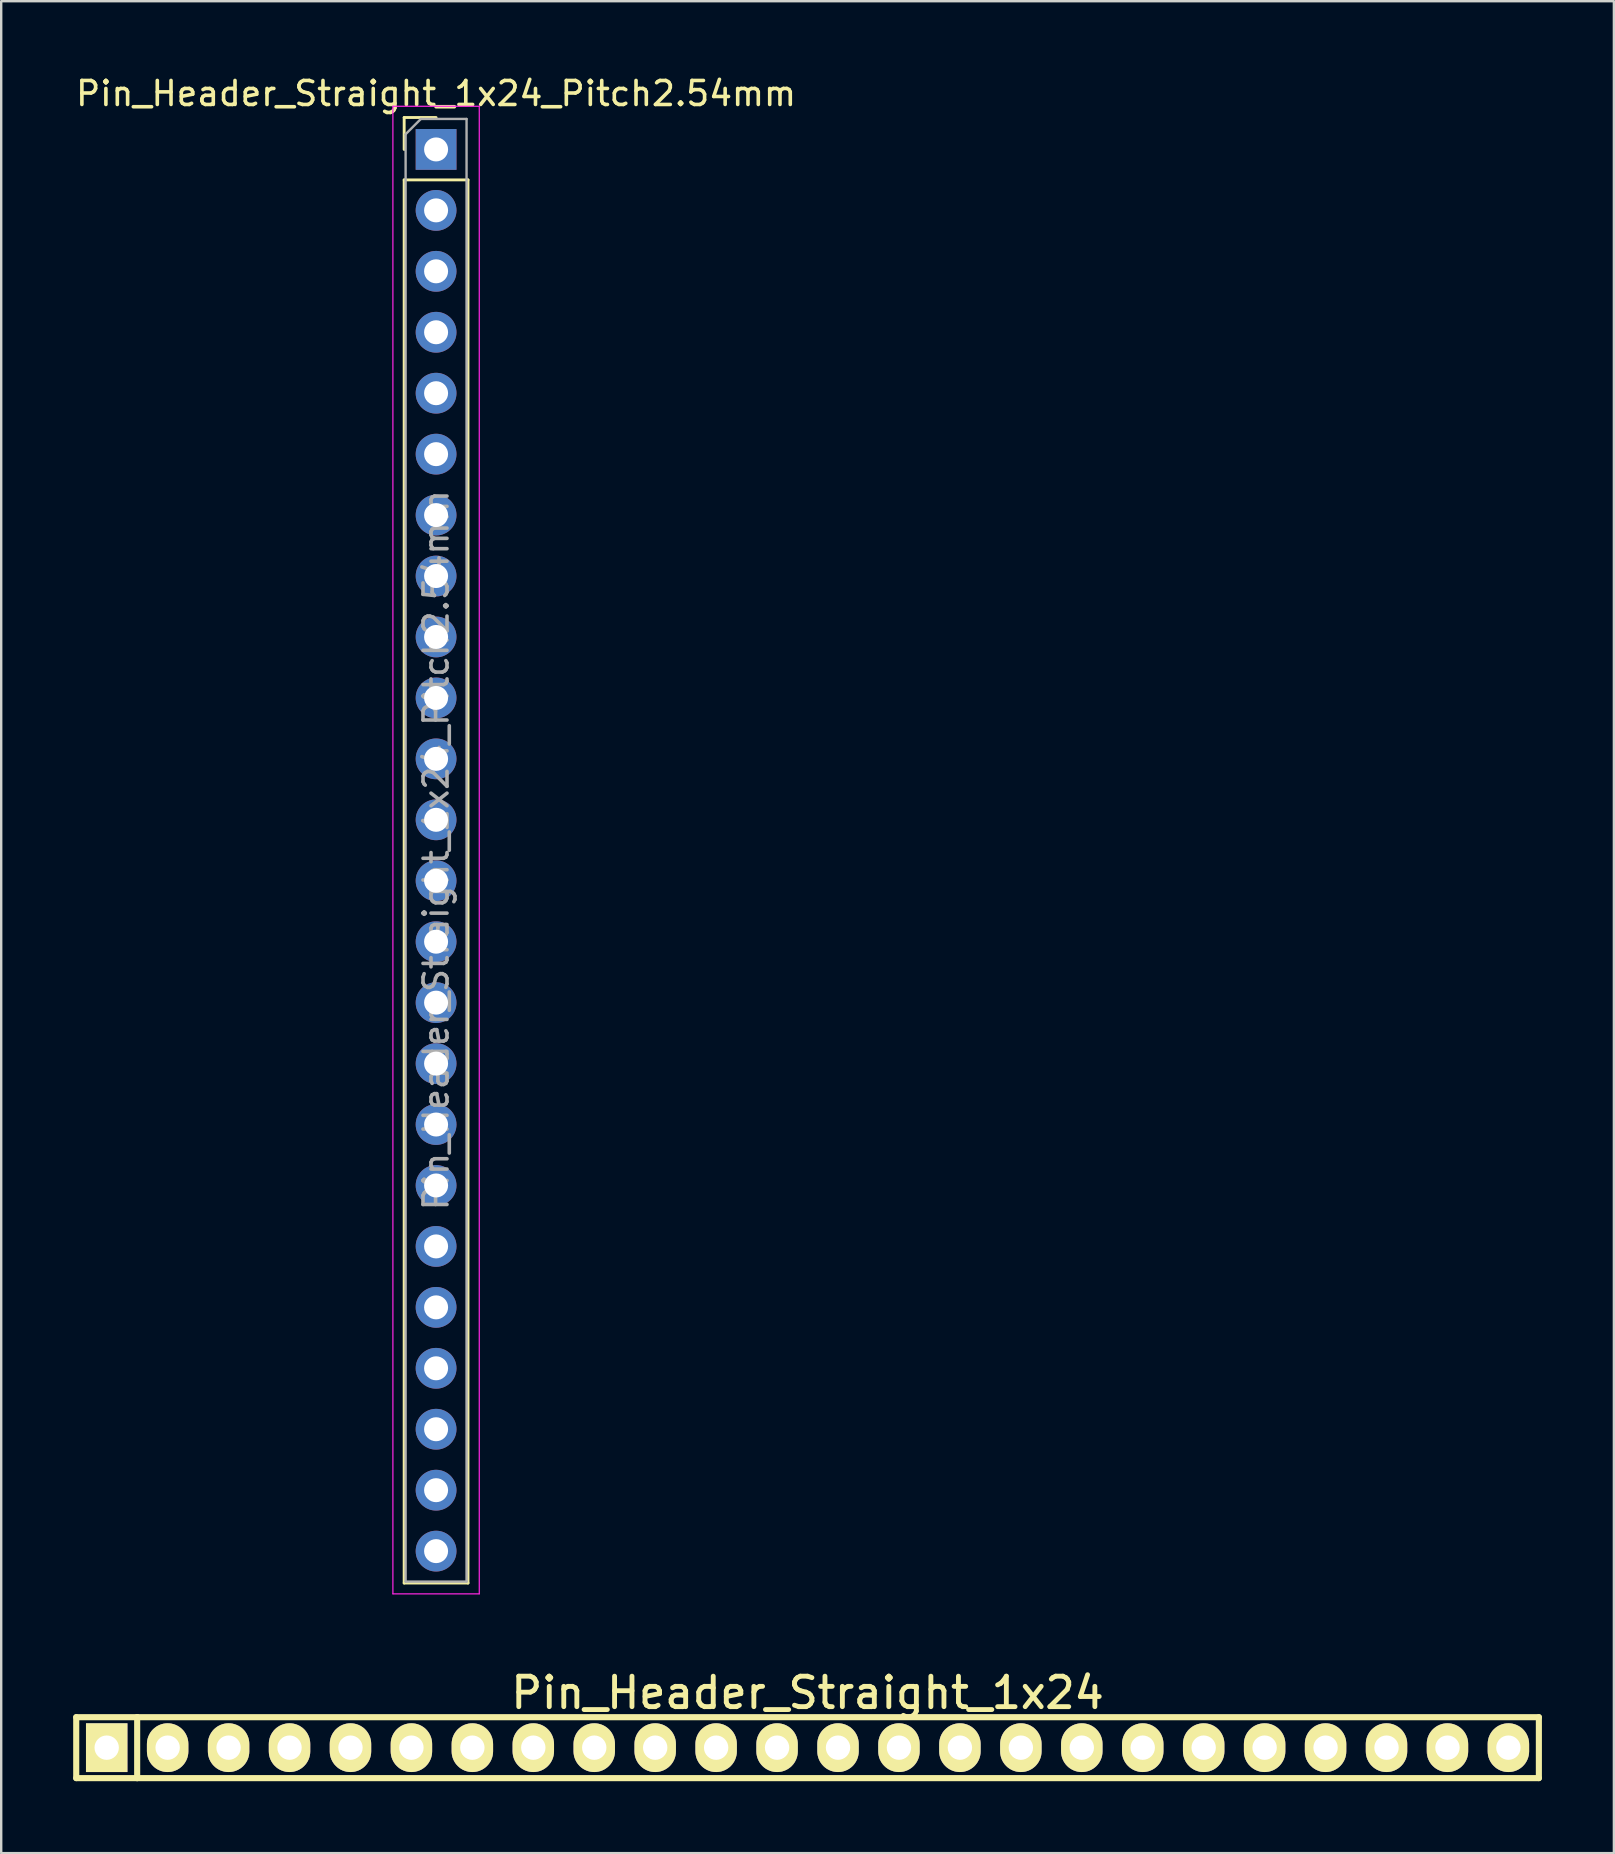
<source format=kicad_pcb>
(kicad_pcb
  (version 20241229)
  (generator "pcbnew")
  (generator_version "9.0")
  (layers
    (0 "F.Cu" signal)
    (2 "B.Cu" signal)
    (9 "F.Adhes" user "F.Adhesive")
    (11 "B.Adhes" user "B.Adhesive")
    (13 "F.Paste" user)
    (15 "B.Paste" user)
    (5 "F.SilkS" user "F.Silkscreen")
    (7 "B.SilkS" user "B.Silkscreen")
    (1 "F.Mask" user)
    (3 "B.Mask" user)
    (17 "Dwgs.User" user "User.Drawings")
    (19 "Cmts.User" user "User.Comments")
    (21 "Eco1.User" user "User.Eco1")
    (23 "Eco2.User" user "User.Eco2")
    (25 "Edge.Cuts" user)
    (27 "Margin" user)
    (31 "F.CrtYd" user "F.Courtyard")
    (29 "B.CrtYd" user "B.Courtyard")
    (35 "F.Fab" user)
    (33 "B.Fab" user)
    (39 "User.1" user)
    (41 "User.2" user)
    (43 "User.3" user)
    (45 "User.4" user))
  (footprint "Pin_Header_Straight_1x24_Pitch2.54mm"
    (layer "F.Cu")
    (at 15.125 3.178)
    (property "Reference" "Pin_Header_Straight_1x24_Pitch2.54mm" (at 0 -2.33 0) (layer "F.SilkS") (effects (font (size 1 1) (thickness 0.15))))
    (attr through_hole)
    (fp_line (start -1.33 -1.33) (end 0 -1.33) (stroke (width 0.12) (type solid)) (layer "F.SilkS"))
    (fp_line (start -1.33 0) (end -1.33 -1.33) (stroke (width 0.12) (type solid)) (layer "F.SilkS"))
    (fp_line (start -1.33 1.27) (end -1.33 59.75) (stroke (width 0.12) (type solid)) (layer "F.SilkS"))
    (fp_line (start -1.33 59.75) (end 1.33 59.75) (stroke (width 0.12) (type solid)) (layer "F.SilkS"))
    (fp_line (start 1.33 1.27) (end -1.33 1.27) (stroke (width 0.12) (type solid)) (layer "F.SilkS"))
    (fp_line (start 1.33 59.75) (end 1.33 1.27) (stroke (width 0.12) (type solid)) (layer "F.SilkS"))
    (fp_line (start -1.8 -1.8) (end -1.8 60.2) (stroke (width 0.05) (type solid)) (layer "F.CrtYd"))
    (fp_line (start -1.8 60.2) (end 1.8 60.2) (stroke (width 0.05) (type solid)) (layer "F.CrtYd"))
    (fp_line (start 1.8 -1.8) (end -1.8 -1.8) (stroke (width 0.05) (type solid)) (layer "F.CrtYd"))
    (fp_line (start 1.8 60.2) (end 1.8 -1.8) (stroke (width 0.05) (type solid)) (layer "F.CrtYd"))
    (fp_line (start -1.27 -0.635) (end -0.635 -1.27) (stroke (width 0.1) (type solid)) (layer "F.Fab"))
    (fp_line (start -1.27 59.69) (end -1.27 -0.635) (stroke (width 0.1) (type solid)) (layer "F.Fab"))
    (fp_line (start -0.635 -1.27) (end 1.27 -1.27) (stroke (width 0.1) (type solid)) (layer "F.Fab"))
    (fp_line (start 1.27 -1.27) (end 1.27 59.69) (stroke (width 0.1) (type solid)) (layer "F.Fab"))
    (fp_line (start 1.27 59.69) (end -1.27 59.69) (stroke (width 0.1) (type solid)) (layer "F.Fab"))
    (fp_text user "${REFERENCE}" (at 0 29.21 90) (layer "F.Fab") (effects (font (size 1 1) (thickness 0.15))))
    (pad "1" thru_hole rect (at 0 0) (size 1.7 1.7) (drill 1) (layers "*.Cu" "*.Mask"))
    (pad "2" thru_hole oval (at 0 2.54) (size 1.7 1.7) (drill 1) (layers "*.Cu" "*.Mask"))
    (pad "3" thru_hole oval (at 0 5.08) (size 1.7 1.7) (drill 1) (layers "*.Cu" "*.Mask"))
    (pad "4" thru_hole oval (at 0 7.62) (size 1.7 1.7) (drill 1) (layers "*.Cu" "*.Mask"))
    (pad "5" thru_hole oval (at 0 10.16) (size 1.7 1.7) (drill 1) (layers "*.Cu" "*.Mask"))
    (pad "6" thru_hole oval (at 0 12.7) (size 1.7 1.7) (drill 1) (layers "*.Cu" "*.Mask"))
    (pad "7" thru_hole oval (at 0 15.24) (size 1.7 1.7) (drill 1) (layers "*.Cu" "*.Mask"))
    (pad "8" thru_hole oval (at 0 17.78) (size 1.7 1.7) (drill 1) (layers "*.Cu" "*.Mask"))
    (pad "9" thru_hole oval (at 0 20.32) (size 1.7 1.7) (drill 1) (layers "*.Cu" "*.Mask"))
    (pad "10" thru_hole oval (at 0 22.86) (size 1.7 1.7) (drill 1) (layers "*.Cu" "*.Mask"))
    (pad "11" thru_hole oval (at 0 25.4) (size 1.7 1.7) (drill 1) (layers "*.Cu" "*.Mask"))
    (pad "12" thru_hole oval (at 0 27.94) (size 1.7 1.7) (drill 1) (layers "*.Cu" "*.Mask"))
    (pad "13" thru_hole oval (at 0 30.48) (size 1.7 1.7) (drill 1) (layers "*.Cu" "*.Mask"))
    (pad "14" thru_hole oval (at 0 33.02) (size 1.7 1.7) (drill 1) (layers "*.Cu" "*.Mask"))
    (pad "15" thru_hole oval (at 0 35.56) (size 1.7 1.7) (drill 1) (layers "*.Cu" "*.Mask"))
    (pad "16" thru_hole oval (at 0 38.1) (size 1.7 1.7) (drill 1) (layers "*.Cu" "*.Mask"))
    (pad "17" thru_hole oval (at 0 40.64) (size 1.7 1.7) (drill 1) (layers "*.Cu" "*.Mask"))
    (pad "18" thru_hole oval (at 0 43.18) (size 1.7 1.7) (drill 1) (layers "*.Cu" "*.Mask"))
    (pad "19" thru_hole oval (at 0 45.72) (size 1.7 1.7) (drill 1) (layers "*.Cu" "*.Mask"))
    (pad "20" thru_hole oval (at 0 48.26) (size 1.7 1.7) (drill 1) (layers "*.Cu" "*.Mask"))
    (pad "21" thru_hole oval (at 0 50.8) (size 1.7 1.7) (drill 1) (layers "*.Cu" "*.Mask"))
    (pad "22" thru_hole oval (at 0 53.34) (size 1.7 1.7) (drill 1) (layers "*.Cu" "*.Mask"))
    (pad "23" thru_hole oval (at 0 55.88) (size 1.7 1.7) (drill 1) (layers "*.Cu" "*.Mask"))
    (pad "24" thru_hole oval (at 0 58.42) (size 1.7 1.7) (drill 1) (layers "*.Cu" "*.Mask")))
  (footprint "Pin_Header_Straight_1x24"
    (layer "F.Cu")
    (at 30.607 69.789)
    (property "Reference" "Pin_Header_Straight_1x24" (at 0 -2.286 0) (layer "F.SilkS") (effects (font (size 1.27 1.27) (thickness 0.203))))
    (attr through_hole)
    (fp_line (start -30.48 -1.27) (end -30.48 1.27) (stroke (width 0.254) (type solid)) (layer "F.SilkS"))
    (fp_line (start -30.48 -1.27) (end -27.94 -1.27) (stroke (width 0.254) (type solid)) (layer "F.SilkS"))
    (fp_line (start -30.48 1.27) (end -27.94 1.27) (stroke (width 0.254) (type solid)) (layer "F.SilkS"))
    (fp_line (start -27.94 -1.27) (end -27.94 1.27) (stroke (width 0.254) (type solid)) (layer "F.SilkS"))
    (fp_line (start -27.94 -1.27) (end 30.48 -1.27) (stroke (width 0.254) (type solid)) (layer "F.SilkS"))
    (fp_line (start -27.94 1.27) (end 30.48 1.27) (stroke (width 0.254) (type solid)) (layer "F.SilkS"))
    (fp_line (start 30.48 1.27) (end 30.48 -1.27) (stroke (width 0.254) (type solid)) (layer "F.SilkS"))
    (pad "1" thru_hole rect (at -29.21 0) (size 1.727 2.032) (drill 1.016) (layers "*.Cu" "*.Mask" "F.SilkS"))
    (pad "2" thru_hole oval (at -26.67 0) (size 1.727 2.032) (drill 1.016) (layers "*.Cu" "*.Mask" "F.SilkS"))
    (pad "3" thru_hole oval (at -24.13 0) (size 1.727 2.032) (drill 1.016) (layers "*.Cu" "*.Mask" "F.SilkS"))
    (pad "4" thru_hole oval (at -21.59 0) (size 1.727 2.032) (drill 1.016) (layers "*.Cu" "*.Mask" "F.SilkS"))
    (pad "5" thru_hole oval (at -19.05 0) (size 1.727 2.032) (drill 1.016) (layers "*.Cu" "*.Mask" "F.SilkS"))
    (pad "6" thru_hole oval (at -16.51 0) (size 1.727 2.032) (drill 1.016) (layers "*.Cu" "*.Mask" "F.SilkS"))
    (pad "7" thru_hole oval (at -13.97 0) (size 1.727 2.032) (drill 1.016) (layers "*.Cu" "*.Mask" "F.SilkS"))
    (pad "8" thru_hole oval (at -11.43 0) (size 1.727 2.032) (drill 1.016) (layers "*.Cu" "*.Mask" "F.SilkS"))
    (pad "9" thru_hole oval (at -8.89 0) (size 1.727 2.032) (drill 1.016) (layers "*.Cu" "*.Mask" "F.SilkS"))
    (pad "10" thru_hole oval (at -6.35 0) (size 1.727 2.032) (drill 1.016) (layers "*.Cu" "*.Mask" "F.SilkS"))
    (pad "11" thru_hole oval (at -3.81 0) (size 1.727 2.032) (drill 1.016) (layers "*.Cu" "*.Mask" "F.SilkS"))
    (pad "12" thru_hole oval (at -1.27 0) (size 1.727 2.032) (drill 1.016) (layers "*.Cu" "*.Mask" "F.SilkS"))
    (pad "13" thru_hole oval (at 1.27 0) (size 1.727 2.032) (drill 1.016) (layers "*.Cu" "*.Mask" "F.SilkS"))
    (pad "14" thru_hole oval (at 3.81 0) (size 1.727 2.032) (drill 1.016) (layers "*.Cu" "*.Mask" "F.SilkS"))
    (pad "15" thru_hole oval (at 6.35 0) (size 1.727 2.032) (drill 1.016) (layers "*.Cu" "*.Mask" "F.SilkS"))
    (pad "16" thru_hole oval (at 8.89 0) (size 1.727 2.032) (drill 1.016) (layers "*.Cu" "*.Mask" "F.SilkS"))
    (pad "17" thru_hole oval (at 11.43 0) (size 1.727 2.032) (drill 1.016) (layers "*.Cu" "*.Mask" "F.SilkS"))
    (pad "18" thru_hole oval (at 13.97 0) (size 1.727 2.032) (drill 1.016) (layers "*.Cu" "*.Mask" "F.SilkS"))
    (pad "19" thru_hole oval (at 16.51 0) (size 1.727 2.032) (drill 1.016) (layers "*.Cu" "*.Mask" "F.SilkS"))
    (pad "20" thru_hole oval (at 19.05 0) (size 1.727 2.032) (drill 1.016) (layers "*.Cu" "*.Mask" "F.SilkS"))
    (pad "21" thru_hole oval (at 21.59 0) (size 1.727 2.032) (drill 1.016) (layers "*.Cu" "*.Mask" "F.SilkS"))
    (pad "22" thru_hole oval (at 24.13 0) (size 1.727 2.032) (drill 1.016) (layers "*.Cu" "*.Mask" "F.SilkS"))
    (pad "23" thru_hole oval (at 26.67 0) (size 1.727 2.032) (drill 1.016) (layers "*.Cu" "*.Mask" "F.SilkS"))
    (pad "24" thru_hole oval (at 29.21 0) (size 1.727 2.032) (drill 1.016) (layers "*.Cu" "*.Mask" "F.SilkS")))
  (gr_rect
    (start -3 -3)
    (end 64.214 74.186)
    (stroke (width 0.1) (type default))
    (fill no)
    (layer "Edge.Cuts")))
</source>
